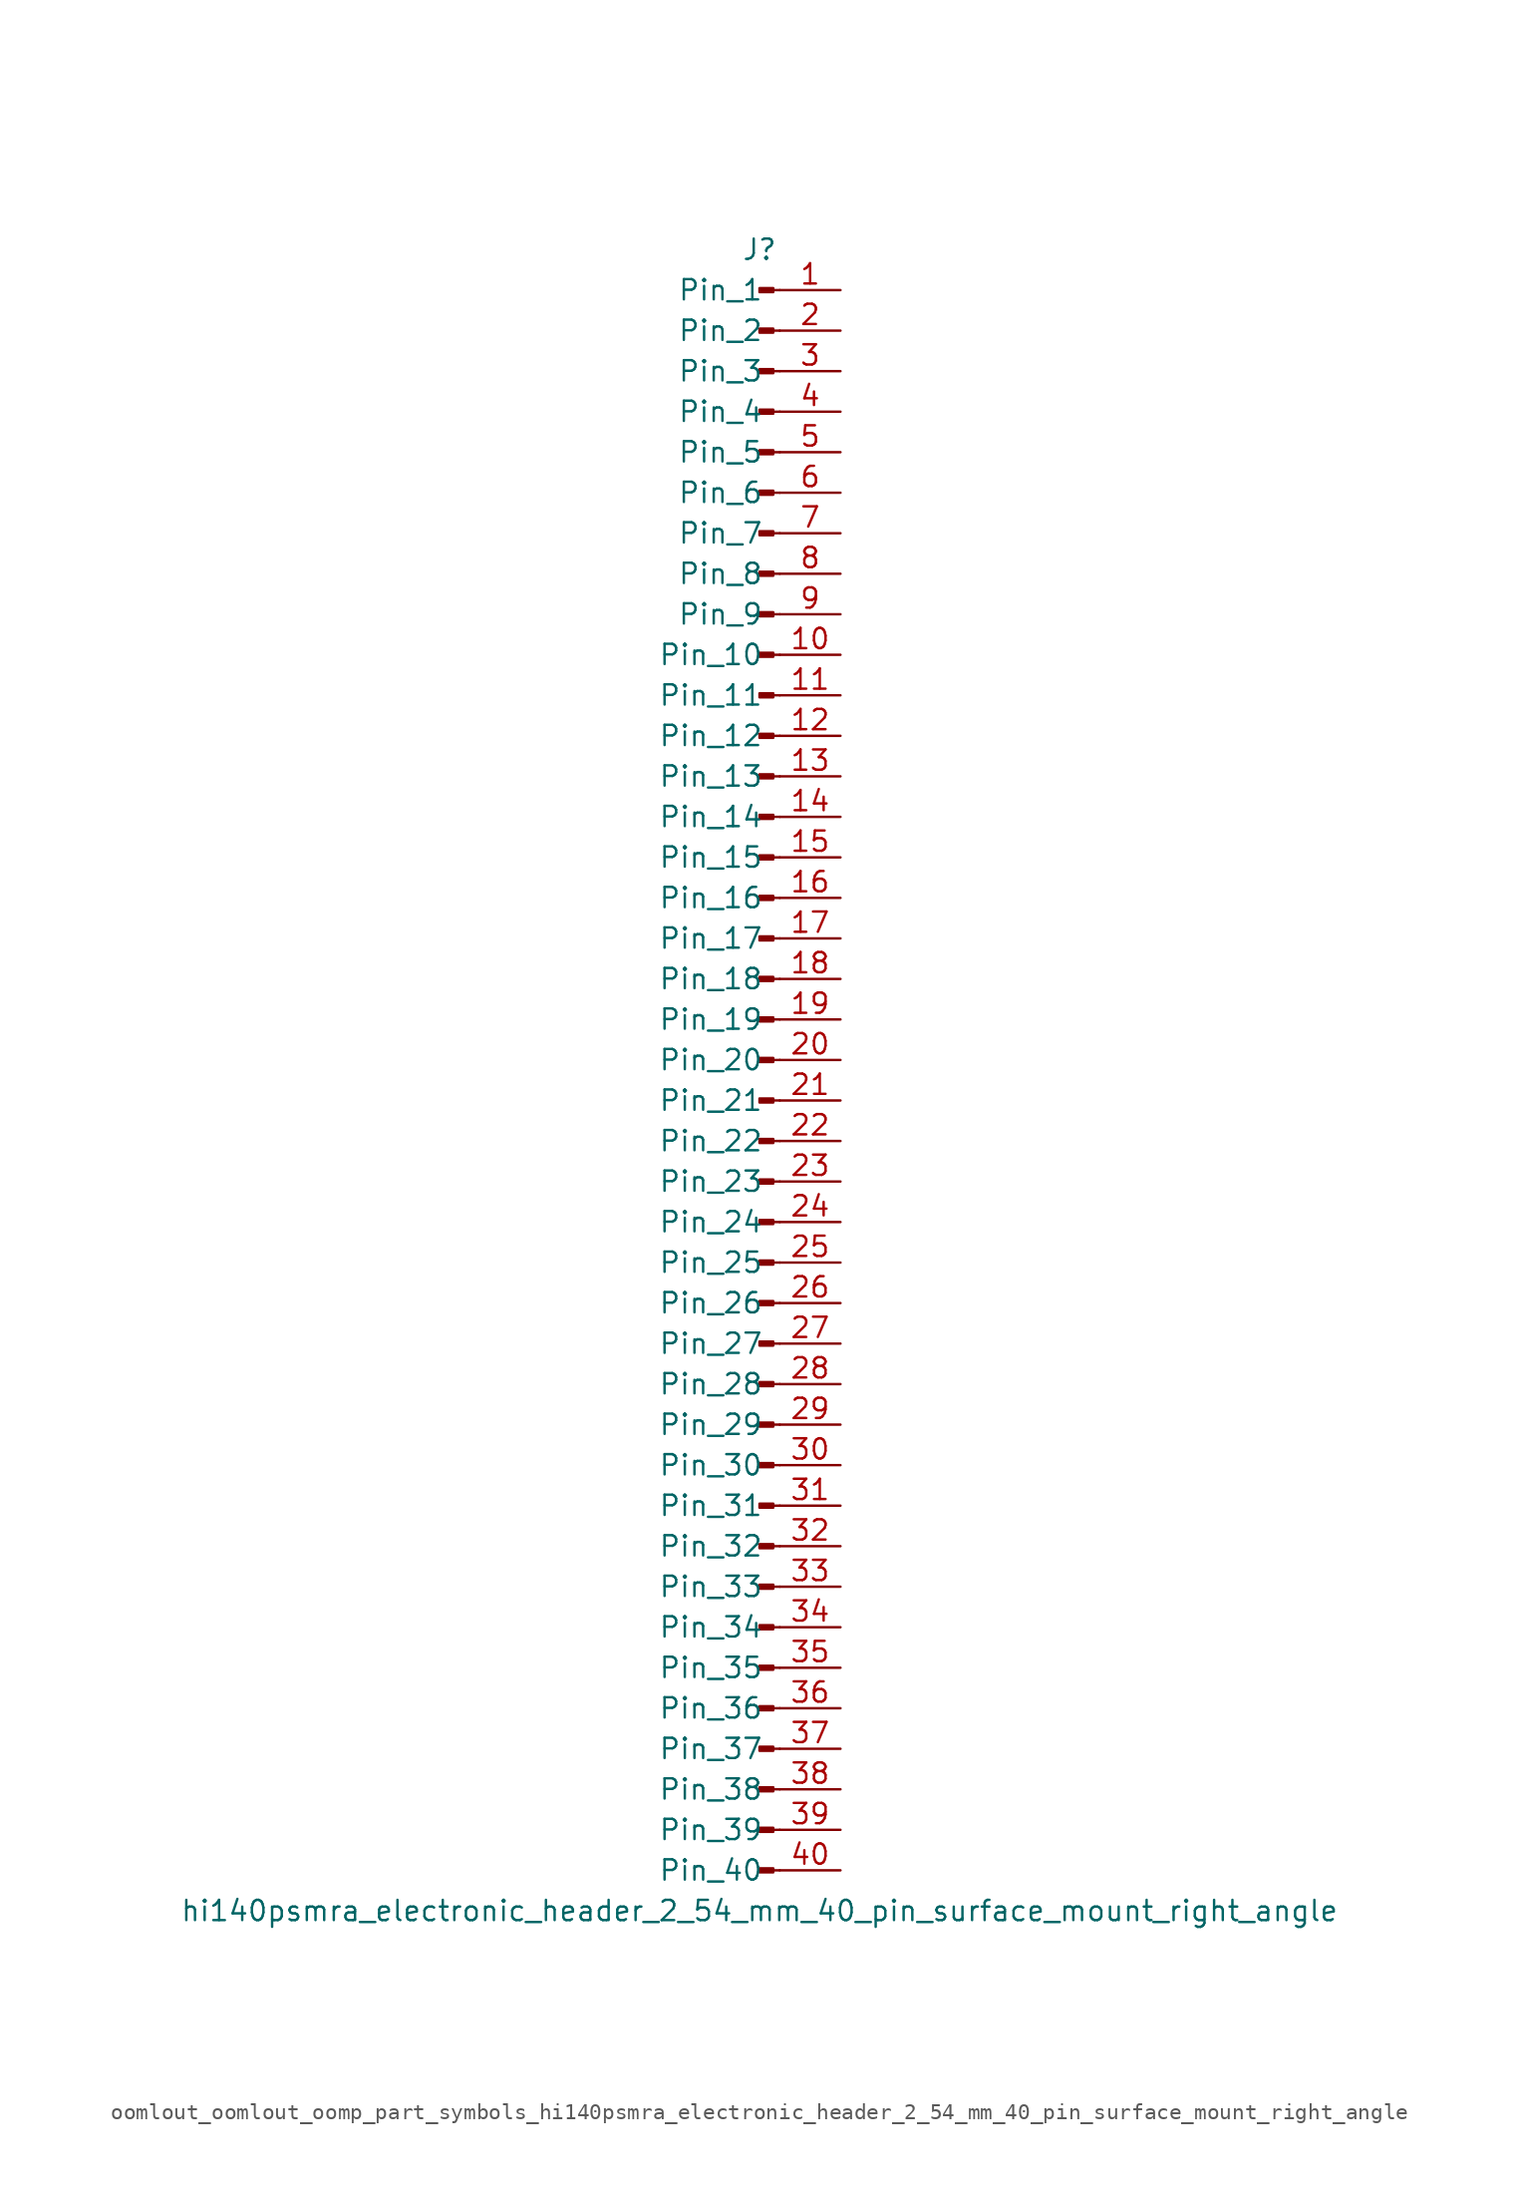
<source format=kicad_sym>
(kicad_symbol_lib
  (version 20220914)
  (generator kicad_symbol_editor)
  (symbol "oomlout_oomlout_oomp_part_symbols_hi140psmra_electronic_header_2_54_mm_40_pin_surface_mount_right_angle"
    (pin_names
      (offset 1.016))
    (property "Reference" "J"
      (at 0 50.8 0)
      (effects (font (size 1.27 1.27))))
    (property "Value" "hi140psmra_electronic_header_2_54_mm_40_pin_surface_mount_right_angle"
      (at 0 -53.34 0)
      (effects (font (size 1.27 1.27))))
    (property "ki_locked" ""
      (at 0 0 0)
      (effects (font (size 1.27 1.27))))
    (symbol "oomlout_oomlout_oomp_part_symbols_hi140psmra_electronic_header_2_54_mm_40_pin_surface_mount_right_angle_1_1"
      (polyline (pts (xy 1.27 -50.8) (xy 0.864 -50.8)) (stroke (width 0.152) (type default)) (fill (type none)))
      (polyline (pts (xy 1.27 -48.26) (xy 0.864 -48.26)) (stroke (width 0.152) (type default)) (fill (type none)))
      (polyline (pts (xy 1.27 -45.72) (xy 0.864 -45.72)) (stroke (width 0.152) (type default)) (fill (type none)))
      (polyline (pts (xy 1.27 -43.18) (xy 0.864 -43.18)) (stroke (width 0.152) (type default)) (fill (type none)))
      (polyline (pts (xy 1.27 -40.64) (xy 0.864 -40.64)) (stroke (width 0.152) (type default)) (fill (type none)))
      (polyline (pts (xy 1.27 -38.1) (xy 0.864 -38.1)) (stroke (width 0.152) (type default)) (fill (type none)))
      (polyline (pts (xy 1.27 -35.56) (xy 0.864 -35.56)) (stroke (width 0.152) (type default)) (fill (type none)))
      (polyline (pts (xy 1.27 -33.02) (xy 0.864 -33.02)) (stroke (width 0.152) (type default)) (fill (type none)))
      (polyline (pts (xy 1.27 -30.48) (xy 0.864 -30.48)) (stroke (width 0.152) (type default)) (fill (type none)))
      (polyline (pts (xy 1.27 -27.94) (xy 0.864 -27.94)) (stroke (width 0.152) (type default)) (fill (type none)))
      (polyline (pts (xy 1.27 -25.4) (xy 0.864 -25.4)) (stroke (width 0.152) (type default)) (fill (type none)))
      (polyline (pts (xy 1.27 -22.86) (xy 0.864 -22.86)) (stroke (width 0.152) (type default)) (fill (type none)))
      (polyline (pts (xy 1.27 -20.32) (xy 0.864 -20.32)) (stroke (width 0.152) (type default)) (fill (type none)))
      (polyline (pts (xy 1.27 -17.78) (xy 0.864 -17.78)) (stroke (width 0.152) (type default)) (fill (type none)))
      (polyline (pts (xy 1.27 -15.24) (xy 0.864 -15.24)) (stroke (width 0.152) (type default)) (fill (type none)))
      (polyline (pts (xy 1.27 -12.7) (xy 0.864 -12.7)) (stroke (width 0.152) (type default)) (fill (type none)))
      (polyline (pts (xy 1.27 -10.16) (xy 0.864 -10.16)) (stroke (width 0.152) (type default)) (fill (type none)))
      (polyline (pts (xy 1.27 -7.62) (xy 0.864 -7.62)) (stroke (width 0.152) (type default)) (fill (type none)))
      (polyline (pts (xy 1.27 -5.08) (xy 0.864 -5.08)) (stroke (width 0.152) (type default)) (fill (type none)))
      (polyline (pts (xy 1.27 -2.54) (xy 0.864 -2.54)) (stroke (width 0.152) (type default)) (fill (type none)))
      (polyline (pts (xy 1.27 0) (xy 0.864 0)) (stroke (width 0.152) (type default)) (fill (type none)))
      (polyline (pts (xy 1.27 2.54) (xy 0.864 2.54)) (stroke (width 0.152) (type default)) (fill (type none)))
      (polyline (pts (xy 1.27 5.08) (xy 0.864 5.08)) (stroke (width 0.152) (type default)) (fill (type none)))
      (polyline (pts (xy 1.27 7.62) (xy 0.864 7.62)) (stroke (width 0.152) (type default)) (fill (type none)))
      (polyline (pts (xy 1.27 10.16) (xy 0.864 10.16)) (stroke (width 0.152) (type default)) (fill (type none)))
      (polyline (pts (xy 1.27 12.7) (xy 0.864 12.7)) (stroke (width 0.152) (type default)) (fill (type none)))
      (polyline (pts (xy 1.27 15.24) (xy 0.864 15.24)) (stroke (width 0.152) (type default)) (fill (type none)))
      (polyline (pts (xy 1.27 17.78) (xy 0.864 17.78)) (stroke (width 0.152) (type default)) (fill (type none)))
      (polyline (pts (xy 1.27 20.32) (xy 0.864 20.32)) (stroke (width 0.152) (type default)) (fill (type none)))
      (polyline (pts (xy 1.27 22.86) (xy 0.864 22.86)) (stroke (width 0.152) (type default)) (fill (type none)))
      (polyline (pts (xy 1.27 25.4) (xy 0.864 25.4)) (stroke (width 0.152) (type default)) (fill (type none)))
      (polyline (pts (xy 1.27 27.94) (xy 0.864 27.94)) (stroke (width 0.152) (type default)) (fill (type none)))
      (polyline (pts (xy 1.27 30.48) (xy 0.864 30.48)) (stroke (width 0.152) (type default)) (fill (type none)))
      (polyline (pts (xy 1.27 33.02) (xy 0.864 33.02)) (stroke (width 0.152) (type default)) (fill (type none)))
      (polyline (pts (xy 1.27 35.56) (xy 0.864 35.56)) (stroke (width 0.152) (type default)) (fill (type none)))
      (polyline (pts (xy 1.27 38.1) (xy 0.864 38.1)) (stroke (width 0.152) (type default)) (fill (type none)))
      (polyline (pts (xy 1.27 40.64) (xy 0.864 40.64)) (stroke (width 0.152) (type default)) (fill (type none)))
      (polyline (pts (xy 1.27 43.18) (xy 0.864 43.18)) (stroke (width 0.152) (type default)) (fill (type none)))
      (polyline (pts (xy 1.27 45.72) (xy 0.864 45.72)) (stroke (width 0.152) (type default)) (fill (type none)))
      (polyline (pts (xy 1.27 48.26) (xy 0.864 48.26)) (stroke (width 0.152) (type default)) (fill (type none)))
      (rectangle (start 0.864 -50.673) (end 0 -50.927) (stroke (width 0.152) (type default)) (fill (type outline)))
      (rectangle (start 0.864 -48.133) (end 0 -48.387) (stroke (width 0.152) (type default)) (fill (type outline)))
      (rectangle (start 0.864 -45.593) (end 0 -45.847) (stroke (width 0.152) (type default)) (fill (type outline)))
      (rectangle (start 0.864 -43.053) (end 0 -43.307) (stroke (width 0.152) (type default)) (fill (type outline)))
      (rectangle (start 0.864 -40.513) (end 0 -40.767) (stroke (width 0.152) (type default)) (fill (type outline)))
      (rectangle (start 0.864 -37.973) (end 0 -38.227) (stroke (width 0.152) (type default)) (fill (type outline)))
      (rectangle (start 0.864 -35.433) (end 0 -35.687) (stroke (width 0.152) (type default)) (fill (type outline)))
      (rectangle (start 0.864 -32.893) (end 0 -33.147) (stroke (width 0.152) (type default)) (fill (type outline)))
      (rectangle (start 0.864 -30.353) (end 0 -30.607) (stroke (width 0.152) (type default)) (fill (type outline)))
      (rectangle (start 0.864 -27.813) (end 0 -28.067) (stroke (width 0.152) (type default)) (fill (type outline)))
      (rectangle (start 0.864 -25.273) (end 0 -25.527) (stroke (width 0.152) (type default)) (fill (type outline)))
      (rectangle (start 0.864 -22.733) (end 0 -22.987) (stroke (width 0.152) (type default)) (fill (type outline)))
      (rectangle (start 0.864 -20.193) (end 0 -20.447) (stroke (width 0.152) (type default)) (fill (type outline)))
      (rectangle (start 0.864 -17.653) (end 0 -17.907) (stroke (width 0.152) (type default)) (fill (type outline)))
      (rectangle (start 0.864 -15.113) (end 0 -15.367) (stroke (width 0.152) (type default)) (fill (type outline)))
      (rectangle (start 0.864 -12.573) (end 0 -12.827) (stroke (width 0.152) (type default)) (fill (type outline)))
      (rectangle (start 0.864 -10.033) (end 0 -10.287) (stroke (width 0.152) (type default)) (fill (type outline)))
      (rectangle (start 0.864 -7.493) (end 0 -7.747) (stroke (width 0.152) (type default)) (fill (type outline)))
      (rectangle (start 0.864 -4.953) (end 0 -5.207) (stroke (width 0.152) (type default)) (fill (type outline)))
      (rectangle (start 0.864 -2.413) (end 0 -2.667) (stroke (width 0.152) (type default)) (fill (type outline)))
      (rectangle (start 0.864 0.127) (end 0 -0.127) (stroke (width 0.152) (type default)) (fill (type outline)))
      (rectangle (start 0.864 2.667) (end 0 2.413) (stroke (width 0.152) (type default)) (fill (type outline)))
      (rectangle (start 0.864 5.207) (end 0 4.953) (stroke (width 0.152) (type default)) (fill (type outline)))
      (rectangle (start 0.864 7.747) (end 0 7.493) (stroke (width 0.152) (type default)) (fill (type outline)))
      (rectangle (start 0.864 10.287) (end 0 10.033) (stroke (width 0.152) (type default)) (fill (type outline)))
      (rectangle (start 0.864 12.827) (end 0 12.573) (stroke (width 0.152) (type default)) (fill (type outline)))
      (rectangle (start 0.864 15.367) (end 0 15.113) (stroke (width 0.152) (type default)) (fill (type outline)))
      (rectangle (start 0.864 17.907) (end 0 17.653) (stroke (width 0.152) (type default)) (fill (type outline)))
      (rectangle (start 0.864 20.447) (end 0 20.193) (stroke (width 0.152) (type default)) (fill (type outline)))
      (rectangle (start 0.864 22.987) (end 0 22.733) (stroke (width 0.152) (type default)) (fill (type outline)))
      (rectangle (start 0.864 25.527) (end 0 25.273) (stroke (width 0.152) (type default)) (fill (type outline)))
      (rectangle (start 0.864 28.067) (end 0 27.813) (stroke (width 0.152) (type default)) (fill (type outline)))
      (rectangle (start 0.864 30.607) (end 0 30.353) (stroke (width 0.152) (type default)) (fill (type outline)))
      (rectangle (start 0.864 33.147) (end 0 32.893) (stroke (width 0.152) (type default)) (fill (type outline)))
      (rectangle (start 0.864 35.687) (end 0 35.433) (stroke (width 0.152) (type default)) (fill (type outline)))
      (rectangle (start 0.864 38.227) (end 0 37.973) (stroke (width 0.152) (type default)) (fill (type outline)))
      (rectangle (start 0.864 40.767) (end 0 40.513) (stroke (width 0.152) (type default)) (fill (type outline)))
      (rectangle (start 0.864 43.307) (end 0 43.053) (stroke (width 0.152) (type default)) (fill (type outline)))
      (rectangle (start 0.864 45.847) (end 0 45.593) (stroke (width 0.152) (type default)) (fill (type outline)))
      (rectangle (start 0.864 48.387) (end 0 48.133) (stroke (width 0.152) (type default)) (fill (type outline)))
      (pin passive line (at 5.08 48.26 180) (length 3.81) (name "Pin_1" (effects (font (size 1.27 1.27)))) (number "1" (effects (font (size 1.27 1.27)))))
      (pin passive line (at 5.08 25.4 180) (length 3.81) (name "Pin_10" (effects (font (size 1.27 1.27)))) (number "10" (effects (font (size 1.27 1.27)))))
      (pin passive line (at 5.08 22.86 180) (length 3.81) (name "Pin_11" (effects (font (size 1.27 1.27)))) (number "11" (effects (font (size 1.27 1.27)))))
      (pin passive line (at 5.08 20.32 180) (length 3.81) (name "Pin_12" (effects (font (size 1.27 1.27)))) (number "12" (effects (font (size 1.27 1.27)))))
      (pin passive line (at 5.08 17.78 180) (length 3.81) (name "Pin_13" (effects (font (size 1.27 1.27)))) (number "13" (effects (font (size 1.27 1.27)))))
      (pin passive line (at 5.08 15.24 180) (length 3.81) (name "Pin_14" (effects (font (size 1.27 1.27)))) (number "14" (effects (font (size 1.27 1.27)))))
      (pin passive line (at 5.08 12.7 180) (length 3.81) (name "Pin_15" (effects (font (size 1.27 1.27)))) (number "15" (effects (font (size 1.27 1.27)))))
      (pin passive line (at 5.08 10.16 180) (length 3.81) (name "Pin_16" (effects (font (size 1.27 1.27)))) (number "16" (effects (font (size 1.27 1.27)))))
      (pin passive line (at 5.08 7.62 180) (length 3.81) (name "Pin_17" (effects (font (size 1.27 1.27)))) (number "17" (effects (font (size 1.27 1.27)))))
      (pin passive line (at 5.08 5.08 180) (length 3.81) (name "Pin_18" (effects (font (size 1.27 1.27)))) (number "18" (effects (font (size 1.27 1.27)))))
      (pin passive line (at 5.08 2.54 180) (length 3.81) (name "Pin_19" (effects (font (size 1.27 1.27)))) (number "19" (effects (font (size 1.27 1.27)))))
      (pin passive line (at 5.08 45.72 180) (length 3.81) (name "Pin_2" (effects (font (size 1.27 1.27)))) (number "2" (effects (font (size 1.27 1.27)))))
      (pin passive line (at 5.08 0 180) (length 3.81) (name "Pin_20" (effects (font (size 1.27 1.27)))) (number "20" (effects (font (size 1.27 1.27)))))
      (pin passive line (at 5.08 -2.54 180) (length 3.81) (name "Pin_21" (effects (font (size 1.27 1.27)))) (number "21" (effects (font (size 1.27 1.27)))))
      (pin passive line (at 5.08 -5.08 180) (length 3.81) (name "Pin_22" (effects (font (size 1.27 1.27)))) (number "22" (effects (font (size 1.27 1.27)))))
      (pin passive line (at 5.08 -7.62 180) (length 3.81) (name "Pin_23" (effects (font (size 1.27 1.27)))) (number "23" (effects (font (size 1.27 1.27)))))
      (pin passive line (at 5.08 -10.16 180) (length 3.81) (name "Pin_24" (effects (font (size 1.27 1.27)))) (number "24" (effects (font (size 1.27 1.27)))))
      (pin passive line (at 5.08 -12.7 180) (length 3.81) (name "Pin_25" (effects (font (size 1.27 1.27)))) (number "25" (effects (font (size 1.27 1.27)))))
      (pin passive line (at 5.08 -15.24 180) (length 3.81) (name "Pin_26" (effects (font (size 1.27 1.27)))) (number "26" (effects (font (size 1.27 1.27)))))
      (pin passive line (at 5.08 -17.78 180) (length 3.81) (name "Pin_27" (effects (font (size 1.27 1.27)))) (number "27" (effects (font (size 1.27 1.27)))))
      (pin passive line (at 5.08 -20.32 180) (length 3.81) (name "Pin_28" (effects (font (size 1.27 1.27)))) (number "28" (effects (font (size 1.27 1.27)))))
      (pin passive line (at 5.08 -22.86 180) (length 3.81) (name "Pin_29" (effects (font (size 1.27 1.27)))) (number "29" (effects (font (size 1.27 1.27)))))
      (pin passive line (at 5.08 43.18 180) (length 3.81) (name "Pin_3" (effects (font (size 1.27 1.27)))) (number "3" (effects (font (size 1.27 1.27)))))
      (pin passive line (at 5.08 -25.4 180) (length 3.81) (name "Pin_30" (effects (font (size 1.27 1.27)))) (number "30" (effects (font (size 1.27 1.27)))))
      (pin passive line (at 5.08 -27.94 180) (length 3.81) (name "Pin_31" (effects (font (size 1.27 1.27)))) (number "31" (effects (font (size 1.27 1.27)))))
      (pin passive line (at 5.08 -30.48 180) (length 3.81) (name "Pin_32" (effects (font (size 1.27 1.27)))) (number "32" (effects (font (size 1.27 1.27)))))
      (pin passive line (at 5.08 -33.02 180) (length 3.81) (name "Pin_33" (effects (font (size 1.27 1.27)))) (number "33" (effects (font (size 1.27 1.27)))))
      (pin passive line (at 5.08 -35.56 180) (length 3.81) (name "Pin_34" (effects (font (size 1.27 1.27)))) (number "34" (effects (font (size 1.27 1.27)))))
      (pin passive line (at 5.08 -38.1 180) (length 3.81) (name "Pin_35" (effects (font (size 1.27 1.27)))) (number "35" (effects (font (size 1.27 1.27)))))
      (pin passive line (at 5.08 -40.64 180) (length 3.81) (name "Pin_36" (effects (font (size 1.27 1.27)))) (number "36" (effects (font (size 1.27 1.27)))))
      (pin passive line (at 5.08 -43.18 180) (length 3.81) (name "Pin_37" (effects (font (size 1.27 1.27)))) (number "37" (effects (font (size 1.27 1.27)))))
      (pin passive line (at 5.08 -45.72 180) (length 3.81) (name "Pin_38" (effects (font (size 1.27 1.27)))) (number "38" (effects (font (size 1.27 1.27)))))
      (pin passive line (at 5.08 -48.26 180) (length 3.81) (name "Pin_39" (effects (font (size 1.27 1.27)))) (number "39" (effects (font (size 1.27 1.27)))))
      (pin passive line (at 5.08 40.64 180) (length 3.81) (name "Pin_4" (effects (font (size 1.27 1.27)))) (number "4" (effects (font (size 1.27 1.27)))))
      (pin passive line (at 5.08 -50.8 180) (length 3.81) (name "Pin_40" (effects (font (size 1.27 1.27)))) (number "40" (effects (font (size 1.27 1.27)))))
      (pin passive line (at 5.08 38.1 180) (length 3.81) (name "Pin_5" (effects (font (size 1.27 1.27)))) (number "5" (effects (font (size 1.27 1.27)))))
      (pin passive line (at 5.08 35.56 180) (length 3.81) (name "Pin_6" (effects (font (size 1.27 1.27)))) (number "6" (effects (font (size 1.27 1.27)))))
      (pin passive line (at 5.08 33.02 180) (length 3.81) (name "Pin_7" (effects (font (size 1.27 1.27)))) (number "7" (effects (font (size 1.27 1.27)))))
      (pin passive line (at 5.08 30.48 180) (length 3.81) (name "Pin_8" (effects (font (size 1.27 1.27)))) (number "8" (effects (font (size 1.27 1.27)))))
      (pin passive line (at 5.08 27.94 180) (length 3.81) (name "Pin_9" (effects (font (size 1.27 1.27)))) (number "9" (effects (font (size 1.27 1.27))))))))
</source>
